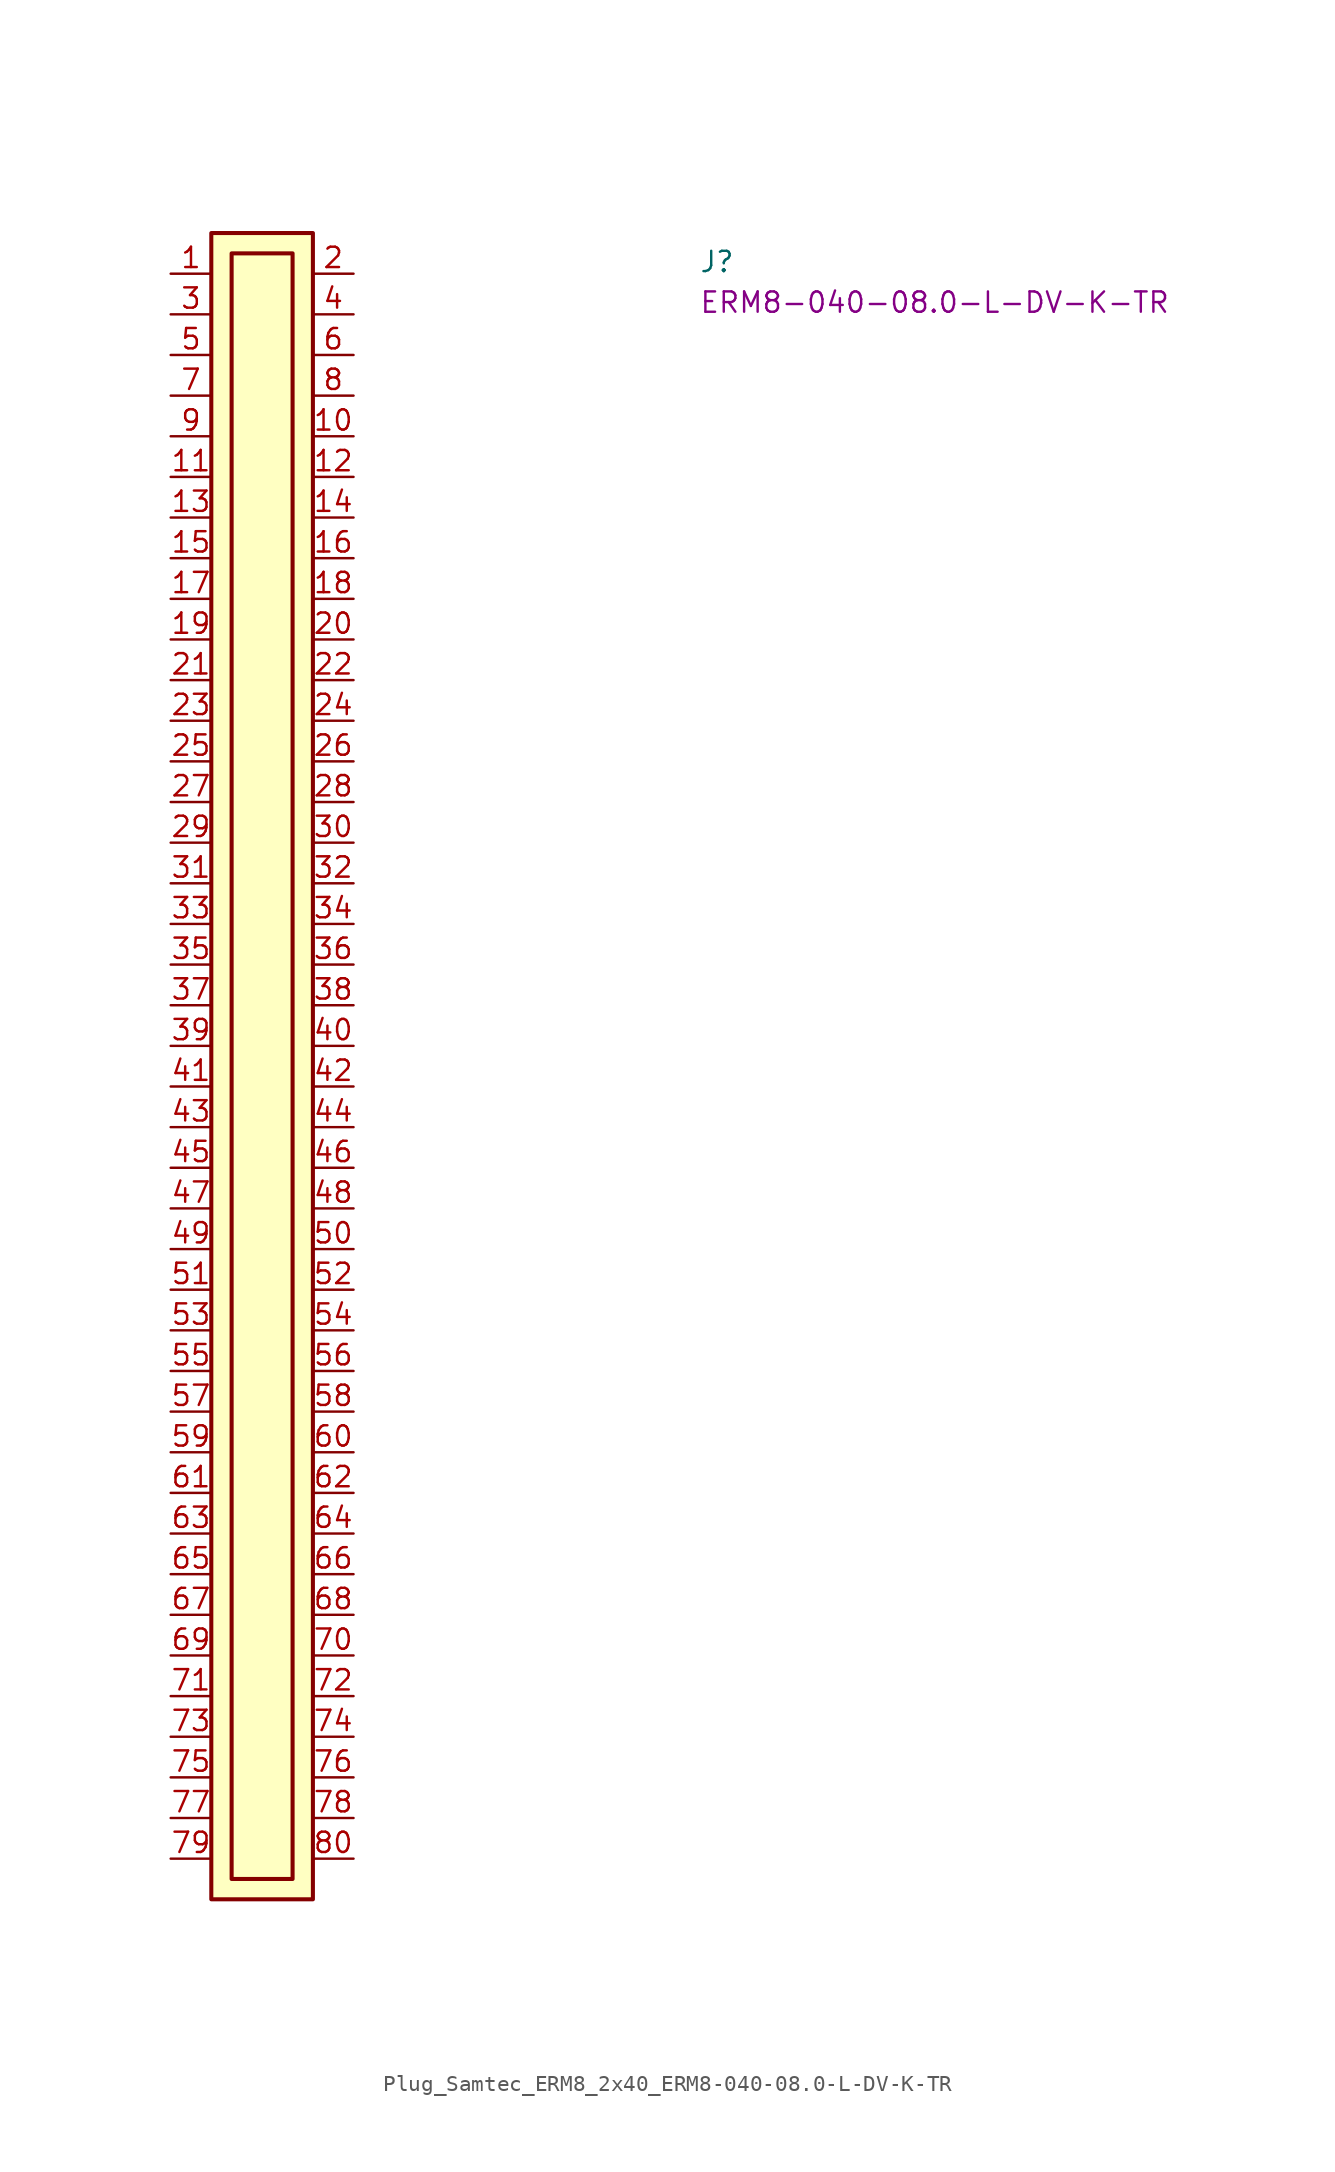
<source format=kicad_sym>
(kicad_symbol_lib
  (version 20220914)
  (generator kicad_symbol_editor)
  (symbol "Plug_Samtec_ERM8_2x40_ERM8-040-08.0-L-DV-K-TR"
    (pin_names hide)
    (property "Reference" "J"
      (at 33.02 0 0)
      (effects (font (size 1.27 1.27) (thickness 0.15)) (justify left bottom)))
    (property "MPN" "ERM8-040-08.0-L-DV-K-TR"
      (at 33.02 -2.54 0)
      (effects (font (size 1.27 1.27) (thickness 0.15)) (justify left bottom)))
    (symbol "Plug_Samtec_ERM8_2x40_ERM8-040-08.0-L-DV-K-TR_1_1"
      (rectangle (start 2.54 2.54) (end 8.89 -101.6) (stroke (width 0.254) (type default)) (fill (type background)))
      (rectangle (start 3.81 1.27) (end 7.62 -100.33) (stroke (width 0.254) (type default)) (fill (type background)))
      (pin passive line (at 0 0 0) (length 2.54) (name "~" (effects (font (size 1.27 1.27)))) (number "1" (effects (font (size 1.27 1.27)))))
      (pin passive line (at 11.43 -10.16 180) (length 2.54) (name "~" (effects (font (size 1.27 1.27)))) (number "10" (effects (font (size 1.27 1.27)))))
      (pin passive line (at 0 -12.7 0) (length 2.54) (name "~" (effects (font (size 1.27 1.27)))) (number "11" (effects (font (size 1.27 1.27)))))
      (pin passive line (at 11.43 -12.7 180) (length 2.54) (name "~" (effects (font (size 1.27 1.27)))) (number "12" (effects (font (size 1.27 1.27)))))
      (pin passive line (at 0 -15.24 0) (length 2.54) (name "~" (effects (font (size 1.27 1.27)))) (number "13" (effects (font (size 1.27 1.27)))))
      (pin passive line (at 11.43 -15.24 180) (length 2.54) (name "~" (effects (font (size 1.27 1.27)))) (number "14" (effects (font (size 1.27 1.27)))))
      (pin passive line (at 0 -17.78 0) (length 2.54) (name "~" (effects (font (size 1.27 1.27)))) (number "15" (effects (font (size 1.27 1.27)))))
      (pin passive line (at 11.43 -17.78 180) (length 2.54) (name "~" (effects (font (size 1.27 1.27)))) (number "16" (effects (font (size 1.27 1.27)))))
      (pin passive line (at 0 -20.32 0) (length 2.54) (name "~" (effects (font (size 1.27 1.27)))) (number "17" (effects (font (size 1.27 1.27)))))
      (pin passive line (at 11.43 -20.32 180) (length 2.54) (name "~" (effects (font (size 1.27 1.27)))) (number "18" (effects (font (size 1.27 1.27)))))
      (pin passive line (at 0 -22.86 0) (length 2.54) (name "~" (effects (font (size 1.27 1.27)))) (number "19" (effects (font (size 1.27 1.27)))))
      (pin passive line (at 11.43 0 180) (length 2.54) (name "~" (effects (font (size 1.27 1.27)))) (number "2" (effects (font (size 1.27 1.27)))))
      (pin passive line (at 11.43 -22.86 180) (length 2.54) (name "~" (effects (font (size 1.27 1.27)))) (number "20" (effects (font (size 1.27 1.27)))))
      (pin passive line (at 0 -25.4 0) (length 2.54) (name "~" (effects (font (size 1.27 1.27)))) (number "21" (effects (font (size 1.27 1.27)))))
      (pin passive line (at 11.43 -25.4 180) (length 2.54) (name "~" (effects (font (size 1.27 1.27)))) (number "22" (effects (font (size 1.27 1.27)))))
      (pin passive line (at 0 -27.94 0) (length 2.54) (name "~" (effects (font (size 1.27 1.27)))) (number "23" (effects (font (size 1.27 1.27)))))
      (pin passive line (at 11.43 -27.94 180) (length 2.54) (name "~" (effects (font (size 1.27 1.27)))) (number "24" (effects (font (size 1.27 1.27)))))
      (pin passive line (at 0 -30.48 0) (length 2.54) (name "~" (effects (font (size 1.27 1.27)))) (number "25" (effects (font (size 1.27 1.27)))))
      (pin passive line (at 11.43 -30.48 180) (length 2.54) (name "~" (effects (font (size 1.27 1.27)))) (number "26" (effects (font (size 1.27 1.27)))))
      (pin passive line (at 0 -33.02 0) (length 2.54) (name "~" (effects (font (size 1.27 1.27)))) (number "27" (effects (font (size 1.27 1.27)))))
      (pin passive line (at 11.43 -33.02 180) (length 2.54) (name "~" (effects (font (size 1.27 1.27)))) (number "28" (effects (font (size 1.27 1.27)))))
      (pin passive line (at 0 -35.56 0) (length 2.54) (name "~" (effects (font (size 1.27 1.27)))) (number "29" (effects (font (size 1.27 1.27)))))
      (pin passive line (at 0 -2.54 0) (length 2.54) (name "~" (effects (font (size 1.27 1.27)))) (number "3" (effects (font (size 1.27 1.27)))))
      (pin passive line (at 11.43 -35.56 180) (length 2.54) (name "~" (effects (font (size 1.27 1.27)))) (number "30" (effects (font (size 1.27 1.27)))))
      (pin passive line (at 0 -38.1 0) (length 2.54) (name "~" (effects (font (size 1.27 1.27)))) (number "31" (effects (font (size 1.27 1.27)))))
      (pin passive line (at 11.43 -38.1 180) (length 2.54) (name "~" (effects (font (size 1.27 1.27)))) (number "32" (effects (font (size 1.27 1.27)))))
      (pin passive line (at 0 -40.64 0) (length 2.54) (name "~" (effects (font (size 1.27 1.27)))) (number "33" (effects (font (size 1.27 1.27)))))
      (pin passive line (at 11.43 -40.64 180) (length 2.54) (name "~" (effects (font (size 1.27 1.27)))) (number "34" (effects (font (size 1.27 1.27)))))
      (pin passive line (at 0 -43.18 0) (length 2.54) (name "~" (effects (font (size 1.27 1.27)))) (number "35" (effects (font (size 1.27 1.27)))))
      (pin passive line (at 11.43 -43.18 180) (length 2.54) (name "~" (effects (font (size 1.27 1.27)))) (number "36" (effects (font (size 1.27 1.27)))))
      (pin passive line (at 0 -45.72 0) (length 2.54) (name "~" (effects (font (size 1.27 1.27)))) (number "37" (effects (font (size 1.27 1.27)))))
      (pin passive line (at 11.43 -45.72 180) (length 2.54) (name "~" (effects (font (size 1.27 1.27)))) (number "38" (effects (font (size 1.27 1.27)))))
      (pin passive line (at 0 -48.26 0) (length 2.54) (name "~" (effects (font (size 1.27 1.27)))) (number "39" (effects (font (size 1.27 1.27)))))
      (pin passive line (at 11.43 -2.54 180) (length 2.54) (name "~" (effects (font (size 1.27 1.27)))) (number "4" (effects (font (size 1.27 1.27)))))
      (pin passive line (at 11.43 -48.26 180) (length 2.54) (name "~" (effects (font (size 1.27 1.27)))) (number "40" (effects (font (size 1.27 1.27)))))
      (pin passive line (at 0 -50.8 0) (length 2.54) (name "~" (effects (font (size 1.27 1.27)))) (number "41" (effects (font (size 1.27 1.27)))))
      (pin passive line (at 11.43 -50.8 180) (length 2.54) (name "~" (effects (font (size 1.27 1.27)))) (number "42" (effects (font (size 1.27 1.27)))))
      (pin passive line (at 0 -53.34 0) (length 2.54) (name "~" (effects (font (size 1.27 1.27)))) (number "43" (effects (font (size 1.27 1.27)))))
      (pin passive line (at 11.43 -53.34 180) (length 2.54) (name "~" (effects (font (size 1.27 1.27)))) (number "44" (effects (font (size 1.27 1.27)))))
      (pin passive line (at 0 -55.88 0) (length 2.54) (name "~" (effects (font (size 1.27 1.27)))) (number "45" (effects (font (size 1.27 1.27)))))
      (pin passive line (at 11.43 -55.88 180) (length 2.54) (name "~" (effects (font (size 1.27 1.27)))) (number "46" (effects (font (size 1.27 1.27)))))
      (pin passive line (at 0 -58.42 0) (length 2.54) (name "~" (effects (font (size 1.27 1.27)))) (number "47" (effects (font (size 1.27 1.27)))))
      (pin passive line (at 11.43 -58.42 180) (length 2.54) (name "~" (effects (font (size 1.27 1.27)))) (number "48" (effects (font (size 1.27 1.27)))))
      (pin passive line (at 0 -60.96 0) (length 2.54) (name "~" (effects (font (size 1.27 1.27)))) (number "49" (effects (font (size 1.27 1.27)))))
      (pin passive line (at 0 -5.08 0) (length 2.54) (name "~" (effects (font (size 1.27 1.27)))) (number "5" (effects (font (size 1.27 1.27)))))
      (pin passive line (at 11.43 -60.96 180) (length 2.54) (name "~" (effects (font (size 1.27 1.27)))) (number "50" (effects (font (size 1.27 1.27)))))
      (pin passive line (at 0 -63.5 0) (length 2.54) (name "~" (effects (font (size 1.27 1.27)))) (number "51" (effects (font (size 1.27 1.27)))))
      (pin passive line (at 11.43 -63.5 180) (length 2.54) (name "~" (effects (font (size 1.27 1.27)))) (number "52" (effects (font (size 1.27 1.27)))))
      (pin passive line (at 0 -66.04 0) (length 2.54) (name "~" (effects (font (size 1.27 1.27)))) (number "53" (effects (font (size 1.27 1.27)))))
      (pin passive line (at 11.43 -66.04 180) (length 2.54) (name "~" (effects (font (size 1.27 1.27)))) (number "54" (effects (font (size 1.27 1.27)))))
      (pin passive line (at 0 -68.58 0) (length 2.54) (name "~" (effects (font (size 1.27 1.27)))) (number "55" (effects (font (size 1.27 1.27)))))
      (pin passive line (at 11.43 -68.58 180) (length 2.54) (name "~" (effects (font (size 1.27 1.27)))) (number "56" (effects (font (size 1.27 1.27)))))
      (pin passive line (at 0 -71.12 0) (length 2.54) (name "~" (effects (font (size 1.27 1.27)))) (number "57" (effects (font (size 1.27 1.27)))))
      (pin passive line (at 11.43 -71.12 180) (length 2.54) (name "~" (effects (font (size 1.27 1.27)))) (number "58" (effects (font (size 1.27 1.27)))))
      (pin passive line (at 0 -73.66 0) (length 2.54) (name "~" (effects (font (size 1.27 1.27)))) (number "59" (effects (font (size 1.27 1.27)))))
      (pin passive line (at 11.43 -5.08 180) (length 2.54) (name "~" (effects (font (size 1.27 1.27)))) (number "6" (effects (font (size 1.27 1.27)))))
      (pin passive line (at 11.43 -73.66 180) (length 2.54) (name "~" (effects (font (size 1.27 1.27)))) (number "60" (effects (font (size 1.27 1.27)))))
      (pin passive line (at 0 -76.2 0) (length 2.54) (name "~" (effects (font (size 1.27 1.27)))) (number "61" (effects (font (size 1.27 1.27)))))
      (pin passive line (at 11.43 -76.2 180) (length 2.54) (name "~" (effects (font (size 1.27 1.27)))) (number "62" (effects (font (size 1.27 1.27)))))
      (pin passive line (at 0 -78.74 0) (length 2.54) (name "~" (effects (font (size 1.27 1.27)))) (number "63" (effects (font (size 1.27 1.27)))))
      (pin passive line (at 11.43 -78.74 180) (length 2.54) (name "~" (effects (font (size 1.27 1.27)))) (number "64" (effects (font (size 1.27 1.27)))))
      (pin passive line (at 0 -81.28 0) (length 2.54) (name "~" (effects (font (size 1.27 1.27)))) (number "65" (effects (font (size 1.27 1.27)))))
      (pin passive line (at 11.43 -81.28 180) (length 2.54) (name "~" (effects (font (size 1.27 1.27)))) (number "66" (effects (font (size 1.27 1.27)))))
      (pin passive line (at 0 -83.82 0) (length 2.54) (name "~" (effects (font (size 1.27 1.27)))) (number "67" (effects (font (size 1.27 1.27)))))
      (pin passive line (at 11.43 -83.82 180) (length 2.54) (name "~" (effects (font (size 1.27 1.27)))) (number "68" (effects (font (size 1.27 1.27)))))
      (pin passive line (at 0 -86.36 0) (length 2.54) (name "~" (effects (font (size 1.27 1.27)))) (number "69" (effects (font (size 1.27 1.27)))))
      (pin passive line (at 0 -7.62 0) (length 2.54) (name "~" (effects (font (size 1.27 1.27)))) (number "7" (effects (font (size 1.27 1.27)))))
      (pin passive line (at 11.43 -86.36 180) (length 2.54) (name "~" (effects (font (size 1.27 1.27)))) (number "70" (effects (font (size 1.27 1.27)))))
      (pin passive line (at 0 -88.9 0) (length 2.54) (name "~" (effects (font (size 1.27 1.27)))) (number "71" (effects (font (size 1.27 1.27)))))
      (pin passive line (at 11.43 -88.9 180) (length 2.54) (name "~" (effects (font (size 1.27 1.27)))) (number "72" (effects (font (size 1.27 1.27)))))
      (pin passive line (at 0 -91.44 0) (length 2.54) (name "~" (effects (font (size 1.27 1.27)))) (number "73" (effects (font (size 1.27 1.27)))))
      (pin passive line (at 11.43 -91.44 180) (length 2.54) (name "~" (effects (font (size 1.27 1.27)))) (number "74" (effects (font (size 1.27 1.27)))))
      (pin passive line (at 0 -93.98 0) (length 2.54) (name "~" (effects (font (size 1.27 1.27)))) (number "75" (effects (font (size 1.27 1.27)))))
      (pin passive line (at 11.43 -93.98 180) (length 2.54) (name "~" (effects (font (size 1.27 1.27)))) (number "76" (effects (font (size 1.27 1.27)))))
      (pin passive line (at 0 -96.52 0) (length 2.54) (name "~" (effects (font (size 1.27 1.27)))) (number "77" (effects (font (size 1.27 1.27)))))
      (pin passive line (at 11.43 -96.52 180) (length 2.54) (name "~" (effects (font (size 1.27 1.27)))) (number "78" (effects (font (size 1.27 1.27)))))
      (pin passive line (at 0 -99.06 0) (length 2.54) (name "~" (effects (font (size 1.27 1.27)))) (number "79" (effects (font (size 1.27 1.27)))))
      (pin passive line (at 11.43 -7.62 180) (length 2.54) (name "~" (effects (font (size 1.27 1.27)))) (number "8" (effects (font (size 1.27 1.27)))))
      (pin passive line (at 11.43 -99.06 180) (length 2.54) (name "~" (effects (font (size 1.27 1.27)))) (number "80" (effects (font (size 1.27 1.27)))))
      (pin passive line (at 0 -10.16 0) (length 2.54) (name "~" (effects (font (size 1.27 1.27)))) (number "9" (effects (font (size 1.27 1.27))))))))
</source>
